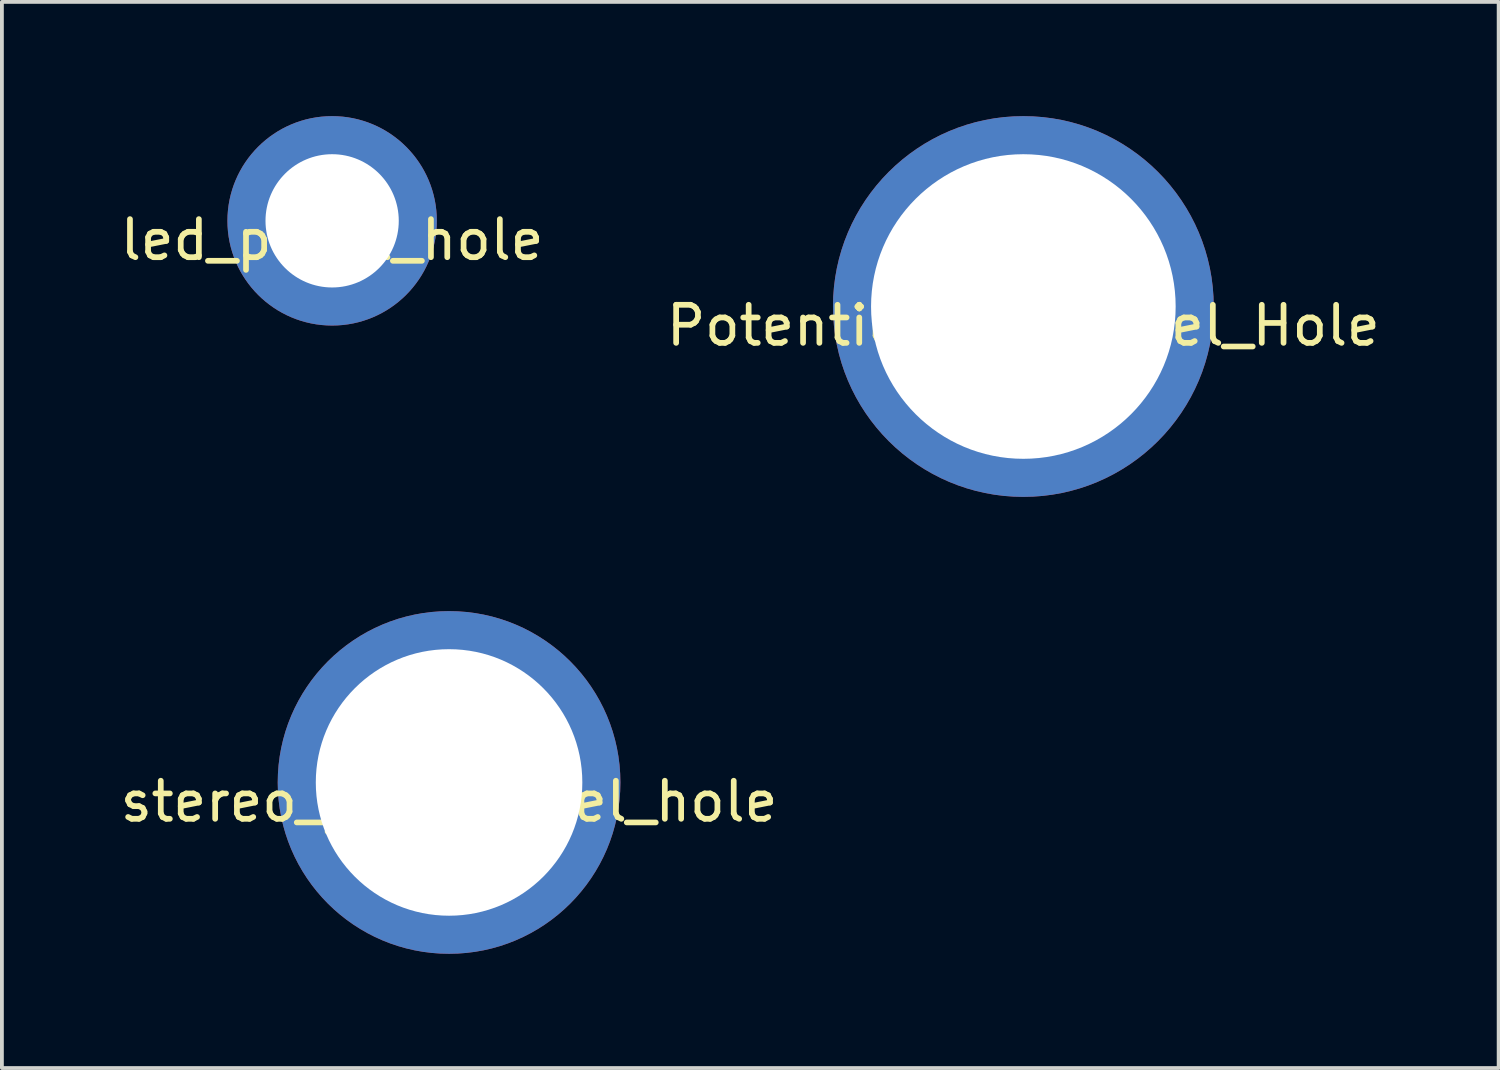
<source format=kicad_pcb>
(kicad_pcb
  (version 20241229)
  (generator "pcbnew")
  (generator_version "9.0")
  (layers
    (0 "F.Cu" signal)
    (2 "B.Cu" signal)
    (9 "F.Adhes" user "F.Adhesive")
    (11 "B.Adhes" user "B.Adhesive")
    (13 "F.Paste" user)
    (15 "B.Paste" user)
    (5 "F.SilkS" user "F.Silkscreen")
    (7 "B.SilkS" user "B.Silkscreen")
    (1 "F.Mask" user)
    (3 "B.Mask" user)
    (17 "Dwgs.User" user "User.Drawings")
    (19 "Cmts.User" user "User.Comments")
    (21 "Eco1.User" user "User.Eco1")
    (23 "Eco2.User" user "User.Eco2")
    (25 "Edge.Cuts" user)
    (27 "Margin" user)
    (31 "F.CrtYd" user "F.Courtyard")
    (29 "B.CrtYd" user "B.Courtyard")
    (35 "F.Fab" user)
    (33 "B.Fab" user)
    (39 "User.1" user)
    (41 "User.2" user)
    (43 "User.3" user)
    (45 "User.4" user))
  (footprint "stereo_jack_panel_hole"
    (layer "F.Cu")
    (at 8.744 17.5)
    (property "Reference" "stereo_jack_panel_hole" (at 0 0.5 0) (layer "F.SilkS") (effects (font (size 1 1) (thickness 0.15))))
    (attr through_hole)
    (pad "1" thru_hole circle (at 0 0) (size 9 9) (drill 7) (layers "*.Cu" "*.Mask")))
  (footprint "PotentiometerPanel_Hole"
    (layer "F.Cu")
    (at 23.827 5)
    (property "Reference" "PotentiometerPanel_Hole" (at 0 0.5 0) (layer "F.SilkS") (effects (font (size 1 1) (thickness 0.15))))
    (attr through_hole)
    (pad "1" thru_hole circle (at 0 0) (size 10 10) (drill 8) (layers "*.Cu" "*.Mask")))
  (footprint "led_panel_hole"
    (layer "F.Cu")
    (at 5.673 2.75)
    (property "Reference" "led_panel_hole" (at 0 0.5 0) (layer "F.SilkS") (effects (font (size 1 1) (thickness 0.15))))
    (attr through_hole)
    (pad "1" thru_hole circle (at 0 0) (size 5.5 5.5) (drill 3.5) (layers "*.Cu" "*.Mask")))
  (gr_rect
    (start -3 -3)
    (end 36.31 25)
    (stroke (width 0.1) (type default))
    (fill no)
    (layer "Edge.Cuts")))
</source>
